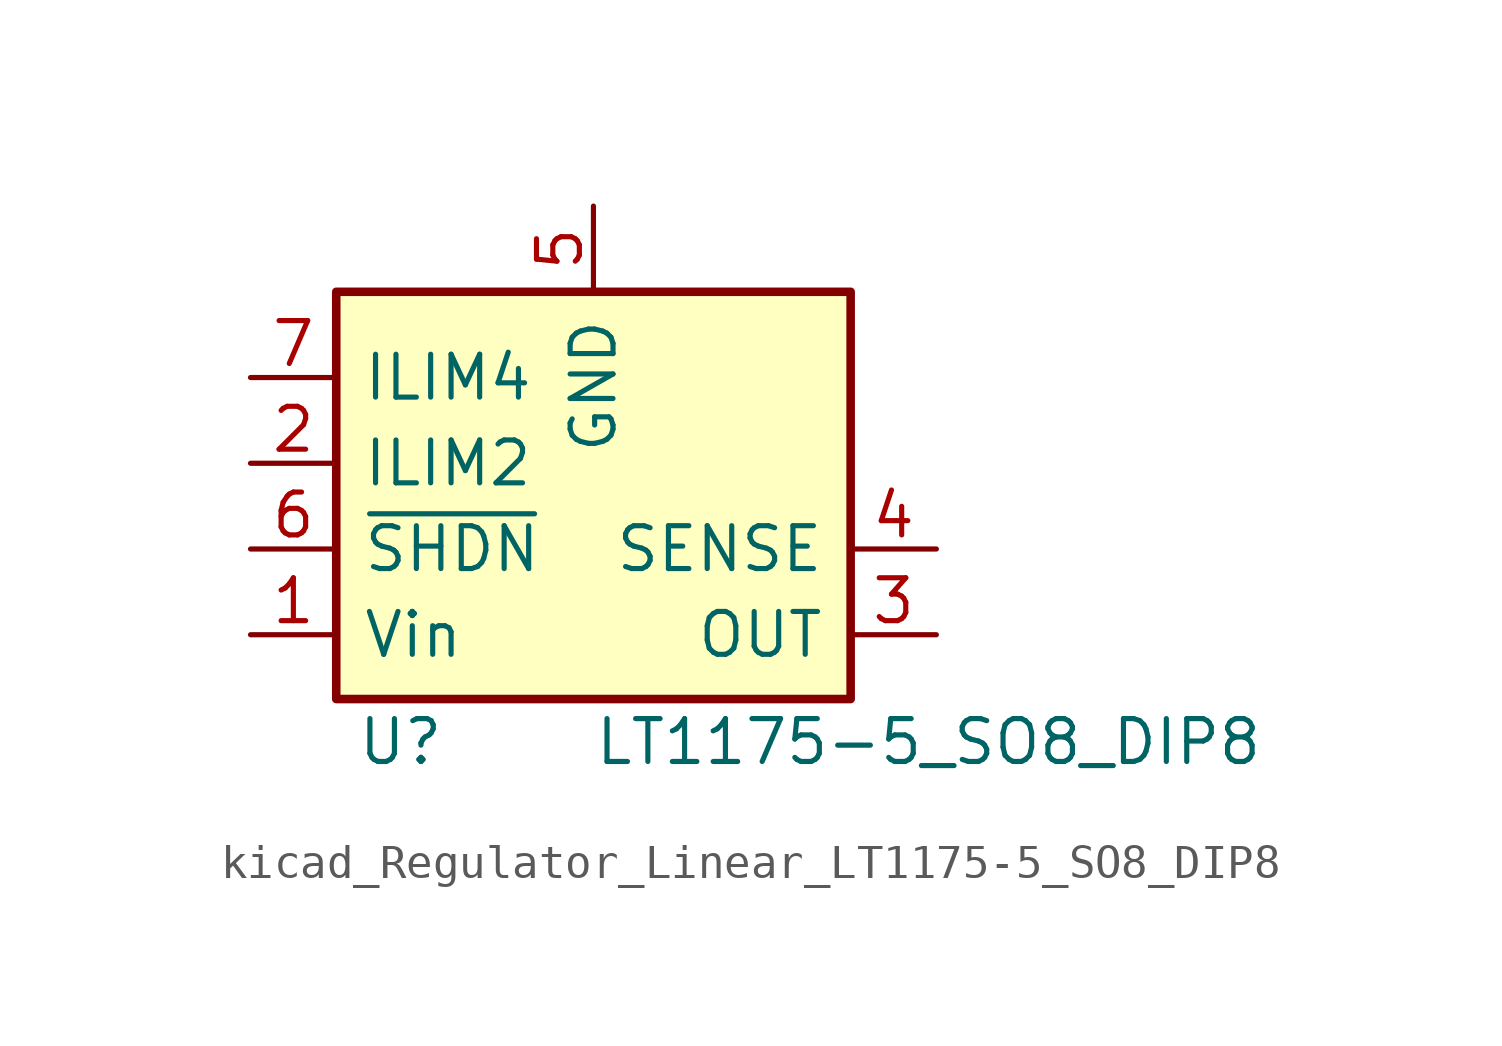
<source format=kicad_sym>
(kicad_symbol_lib
  (version 20220914)
  (generator kicad_symbol_editor)
  (symbol "kicad_Regulator_Linear_LT1175-5_SO8_DIP8"
    (pin_names
      (offset 0.762))
    (property "Reference" "U"
      (at -5.715 -8.255 0)
      (effects (font (size 1.27 1.27))))
    (property "Value" "LT1175-5_SO8_DIP8"
      (at 0 -8.255 0)
      (effects (font (size 1.27 1.27)) (justify left)))
    (symbol "kicad_Regulator_Linear_LT1175-5_SO8_DIP8_0_1"
      (rectangle (start -7.62 -6.985) (end 7.62 5.08) (stroke (width 0.254) (type default)) (fill (type background))))
    (symbol "kicad_Regulator_Linear_LT1175-5_SO8_DIP8_1_1"
      (pin power_in line (at -10.16 -5.08 0) (length 2.54) (name "Vin" (effects (font (size 1.27 1.27)))) (number "1" (effects (font (size 1.27 1.27)))))
      (pin input line (at -10.16 0 0) (length 2.54) (name "ILIM2" (effects (font (size 1.27 1.27)))) (number "2" (effects (font (size 1.27 1.27)))))
      (pin power_out line (at 10.16 -5.08 180) (length 2.54) (name "OUT" (effects (font (size 1.27 1.27)))) (number "3" (effects (font (size 1.27 1.27)))))
      (pin input line (at 10.16 -2.54 180) (length 2.54) (name "SENSE" (effects (font (size 1.27 1.27)))) (number "4" (effects (font (size 1.27 1.27)))))
      (pin power_in line (at 0 7.62 270) (length 2.54) (name "GND" (effects (font (size 1.27 1.27)))) (number "5" (effects (font (size 1.27 1.27)))))
      (pin input line (at -10.16 -2.54 0) (length 2.54) (name "~{SHDN}" (effects (font (size 1.27 1.27)))) (number "6" (effects (font (size 1.27 1.27)))))
      (pin input line (at -10.16 2.54 0) (length 2.54) (name "ILIM4" (effects (font (size 1.27 1.27)))) (number "7" (effects (font (size 1.27 1.27)))))
      (pin passive line (at -10.16 -5.08 0) (length 2.54) hide (name "Vin" (effects (font (size 1.27 1.27)))) (number "8" (effects (font (size 1.27 1.27))))))))
</source>
